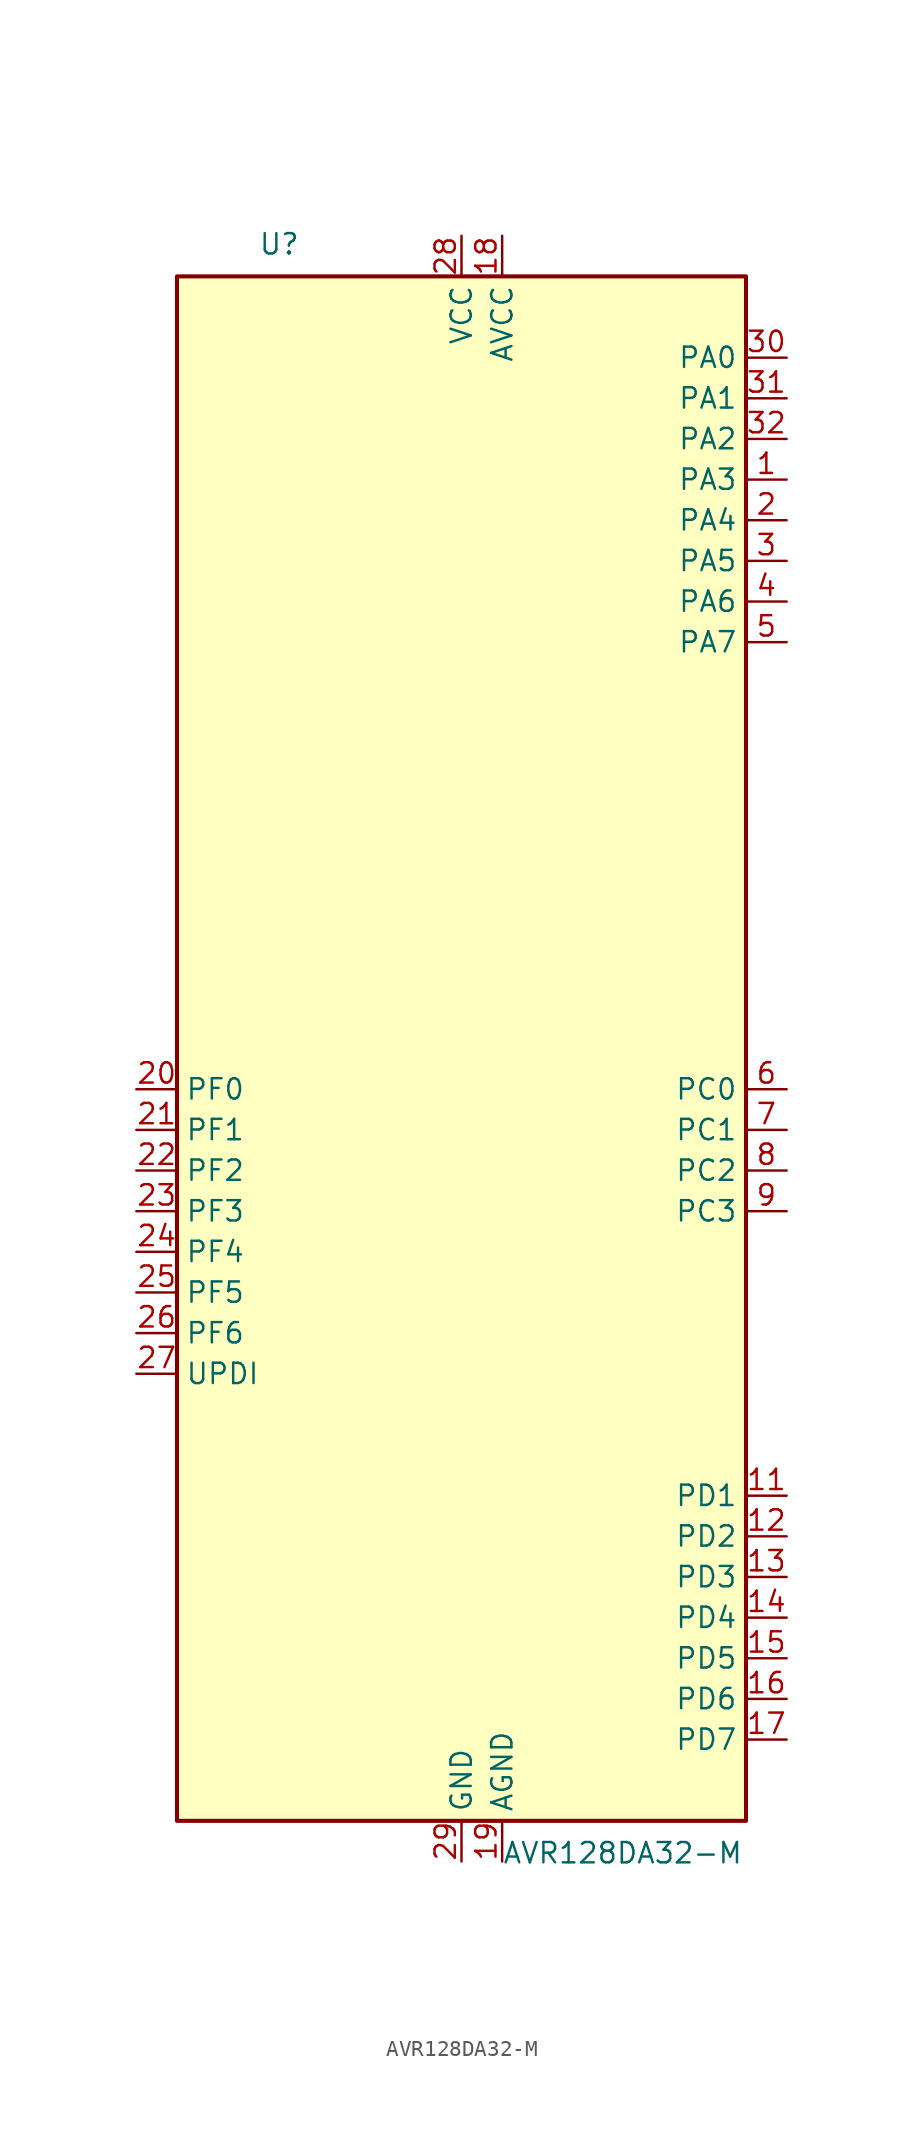
<source format=kicad_sym>
(kicad_symbol_lib
  (version 20211014)
  (generator kicad_symbol_editor)
  (symbol "AVR128DA32-M"
    (property "Reference" "U"
      (at -12.7 49.53 0)
      (effects (font (size 1.27 1.27)) (justify left bottom)))
    (property "Value" "AVR128DA32-M"
      (at 2.54 -49.53 0)
      (effects (font (size 1.27 1.27)) (justify left top)))
    (symbol "AVR128DA32-M_0_1"
      (rectangle (start -17.78 -48.26) (end 17.78 48.26) (stroke (width 0.254) (type default) (color 0 0 0 0)) (fill (type background))))
    (symbol "AVR128DA32-M_1_1"
      (pin bidirectional line (at 20.32 35.56 180) (length 2.54) (name "PA3" (effects (font (size 1.27 1.27)))) (number "1" (effects (font (size 1.27 1.27)))) (alternate "LUT0-OUT" output line) (alternate "TCA0-WO3" output line) (alternate "TCB1-WO" output line) (alternate "TWI0-SCL(MS)" bidirectional line) (alternate "USART0-XDIR" output line) (alternate "X3" output line) (alternate "Y3" bidirectional line))
      (pin power_in line (at 0 50.8 270) (length 2.54) hide (name "VCC" (effects (font (size 1.27 1.27)))) (number "10" (effects (font (size 1.27 1.27)))))
      (pin bidirectional line (at 20.32 -27.94 180) (length 2.54) (name "PD1" (effects (font (size 1.27 1.27)))) (number "11" (effects (font (size 1.27 1.27)))) (alternate "ADC0-AIN1" input line) (alternate "LUT2-IN1" input line) (alternate "TCA0-WO1(3)" output line) (alternate "X17" output line) (alternate "Y17" bidirectional line) (alternate "ZCD0-ZCIN" input line))
      (pin bidirectional line (at 20.32 -30.48 180) (length 2.54) (name "PD2" (effects (font (size 1.27 1.27)))) (number "12" (effects (font (size 1.27 1.27)))) (alternate "AC0-AINP0" input line) (alternate "AC1-AINP0" input line) (alternate "AC2-AINP0" input line) (alternate "ADC0-AIN2" input line) (alternate "EVOUTD" output line) (alternate "LUT2-IN2" input line) (alternate "TCA0-WO2(3)" output line) (alternate "X18" output line) (alternate "Y18" bidirectional line))
      (pin bidirectional line (at 20.32 -33.02 180) (length 2.54) (name "PD3" (effects (font (size 1.27 1.27)))) (number "13" (effects (font (size 1.27 1.27)))) (alternate "AC0-AINN0" input line) (alternate "AC1-AINP1" input line) (alternate "ADC0-AIN3" input line) (alternate "LUT2-OUT" output line) (alternate "TCA0-WO3(3)" output line) (alternate "X19" output line) (alternate "Y19" bidirectional line))
      (pin bidirectional line (at 20.32 -35.56 180) (length 2.54) (name "PD4" (effects (font (size 1.27 1.27)))) (number "14" (effects (font (size 1.27 1.27)))) (alternate "AC1-AINP2" input line) (alternate "AC2-AINP1" input line) (alternate "ADC0-AIN4" input line) (alternate "TCA0-WO4(3)" output line) (alternate "X20" output line) (alternate "Y20" bidirectional line))
      (pin bidirectional line (at 20.32 -38.1 180) (length 2.54) (name "PD5" (effects (font (size 1.27 1.27)))) (number "15" (effects (font (size 1.27 1.27)))) (alternate "AC1-AINN0" input line) (alternate "ADC0-AIN5" input line) (alternate "TCA0-WO5(3)" output line) (alternate "X21" output line) (alternate "Y21" bidirectional line))
      (pin bidirectional line (at 20.32 -40.64 180) (length 2.54) (name "PD6" (effects (font (size 1.27 1.27)))) (number "16" (effects (font (size 1.27 1.27)))) (alternate "AC0-AINP3" input line) (alternate "AC1-AINP3" input line) (alternate "AC2-AINP3" input line) (alternate "ADC0-AIN6" input line) (alternate "DAC0-OUT" output line) (alternate "LUT2-OUT(1)" output line) (alternate "X22" output line) (alternate "Y22" bidirectional line))
      (pin bidirectional line (at 20.32 -43.18 180) (length 2.54) (name "PD7" (effects (font (size 1.27 1.27)))) (number "17" (effects (font (size 1.27 1.27)))) (alternate "AC0-AINN2" input line) (alternate "AC1-AINN2" input line) (alternate "AC2-AINN0/2" input line) (alternate "ADC0-AIN7" input line) (alternate "EVOUTD(1)" output line) (alternate "VREFA" input line) (alternate "X23" output line) (alternate "Y23" bidirectional line))
      (pin power_in line (at 2.54 50.8 270) (length 2.54) (name "AVCC" (effects (font (size 1.27 1.27)))) (number "18" (effects (font (size 1.27 1.27)))))
      (pin power_in line (at 2.54 -50.8 90) (length 2.54) (name "AGND" (effects (font (size 1.27 1.27)))) (number "19" (effects (font (size 1.27 1.27)))))
      (pin bidirectional line (at 20.32 33.02 180) (length 2.54) (name "PA4" (effects (font (size 1.27 1.27)))) (number "2" (effects (font (size 1.27 1.27)))) (alternate "SPI0-MOSI" bidirectional line) (alternate "TCA0-WO4" output line) (alternate "TCD0-WOA" output line) (alternate "USART0-TXD(1)" bidirectional line) (alternate "X4" output line) (alternate "Y4" bidirectional line))
      (pin bidirectional line (at -20.32 -2.54 0) (length 2.54) (name "PF0" (effects (font (size 1.27 1.27)))) (number "20" (effects (font (size 1.27 1.27)))) (alternate "ADC0-AIN16(P)" input line) (alternate "LUT3-IN0" input line) (alternate "TCA0-WO0(5)" output line) (alternate "TCD0-WOA(2)" output line) (alternate "USART2-TXD" bidirectional line) (alternate "X32" output line) (alternate "XTAL32K1" passive line) (alternate "Y32" bidirectional line))
      (pin bidirectional line (at -20.32 -5.08 0) (length 2.54) (name "PF1" (effects (font (size 1.27 1.27)))) (number "21" (effects (font (size 1.27 1.27)))) (alternate "ADC0-AIN17(P)" input line) (alternate "LUT3-IN1" input line) (alternate "TCA0-WO1(5)" output line) (alternate "TCD0-WOB(2)" output line) (alternate "USART2-RXD" input line) (alternate "X33" output line) (alternate "XTAL32K2" passive line) (alternate "Y33" bidirectional line))
      (pin bidirectional line (at -20.32 -7.62 0) (length 2.54) (name "PF2" (effects (font (size 1.27 1.27)))) (number "22" (effects (font (size 1.27 1.27)))) (alternate "ADC0-AIN18(P)" input line) (alternate "EVOUTF" output line) (alternate "LUT3-IN2" input line) (alternate "TCA0-WO2(5)" output line) (alternate "TCD0-WOC(2)" output line) (alternate "TWI1-SDA(MS+)" bidirectional line) (alternate "USART2-XCK" bidirectional line) (alternate "X34" output line) (alternate "Y34" bidirectional line))
      (pin bidirectional line (at -20.32 -10.16 0) (length 2.54) (name "PF3" (effects (font (size 1.27 1.27)))) (number "23" (effects (font (size 1.27 1.27)))) (alternate "ADC0-AIN19(P)" input line) (alternate "LUT3-OUT" output line) (alternate "TCA0-WO3(5)" output line) (alternate "TCD0-WOD(2)" output line) (alternate "TWI1-SCL(MS+)" bidirectional line) (alternate "USART2-XDIR" output line) (alternate "X35" output line) (alternate "Y35" bidirectional line))
      (pin bidirectional line (at -20.32 -12.7 0) (length 2.54) (name "PF4" (effects (font (size 1.27 1.27)))) (number "24" (effects (font (size 1.27 1.27)))) (alternate "ADC0-AIN20(P)" input line) (alternate "TCA0-WO4(5)" output line) (alternate "TCB0-WO(1)" output line) (alternate "USART2-TXD(1)" output line) (alternate "X36" output line) (alternate "Y36" bidirectional line))
      (pin bidirectional line (at -20.32 -15.24 0) (length 2.54) (name "PF5" (effects (font (size 1.27 1.27)))) (number "25" (effects (font (size 1.27 1.27)))) (alternate "ADC0-AIN21(P)" input line) (alternate "TCA0-WO5(5)" output line) (alternate "TCB1-WO(1)" output line) (alternate "USART2-RXD(1)" input line) (alternate "X37" output line) (alternate "Y37" bidirectional line))
      (pin input line (at -20.32 -17.78 0) (length 2.54) (name "PF6" (effects (font (size 1.27 1.27)))) (number "26" (effects (font (size 1.27 1.27)))) (alternate "~{RESET}" input line))
      (pin bidirectional line (at -20.32 -20.32 0) (length 2.54) (name "UPDI" (effects (font (size 1.27 1.27)))) (number "27" (effects (font (size 1.27 1.27)))))
      (pin power_in line (at 0 50.8 270) (length 2.54) (name "VCC" (effects (font (size 1.27 1.27)))) (number "28" (effects (font (size 1.27 1.27)))))
      (pin power_in line (at 0 -50.8 90) (length 2.54) (name "GND" (effects (font (size 1.27 1.27)))) (number "29" (effects (font (size 1.27 1.27)))))
      (pin bidirectional line (at 20.32 30.48 180) (length 2.54) (name "PA5" (effects (font (size 1.27 1.27)))) (number "3" (effects (font (size 1.27 1.27)))) (alternate "SPI0-MISO" bidirectional line) (alternate "TCA0-WO5" output line) (alternate "TCD0-WOB" output line) (alternate "USART0-RXD(1)" input line) (alternate "X5" output line) (alternate "Y5" bidirectional line))
      (pin bidirectional line (at 20.32 43.18 180) (length 2.54) (name "PA0" (effects (font (size 1.27 1.27)))) (number "30" (effects (font (size 1.27 1.27)))) (alternate "EXTCLK" input clock) (alternate "LUT0-IN0" input line) (alternate "TCA0-WO0" output line) (alternate "USART0-TXD" bidirectional line) (alternate "X0" output line) (alternate "Y0" bidirectional line))
      (pin bidirectional line (at 20.32 40.64 180) (length 2.54) (name "PA1" (effects (font (size 1.27 1.27)))) (number "31" (effects (font (size 1.27 1.27)))) (alternate "LUT0-IN1" input line) (alternate "TCA0-WO1" output line) (alternate "USART0-RXD" input line) (alternate "X1" output line) (alternate "Y1" bidirectional line))
      (pin bidirectional line (at 20.32 38.1 180) (length 2.54) (name "PA2" (effects (font (size 1.27 1.27)))) (number "32" (effects (font (size 1.27 1.27)))) (alternate "EVOUTA" output line) (alternate "LUT0-IN2" input line) (alternate "TCA0-WO2" output line) (alternate "TCB0-WO" output line) (alternate "TWI0-SDA(MS)" bidirectional line) (alternate "USART0-XCK" bidirectional line) (alternate "X2" output line) (alternate "Y2" bidirectional line))
      (pin bidirectional line (at 20.32 27.94 180) (length 2.54) (name "PA6" (effects (font (size 1.27 1.27)))) (number "4" (effects (font (size 1.27 1.27)))) (alternate "LUT0-OUT(1)" output line) (alternate "SPI0-SCK" bidirectional line) (alternate "TCD0-WOC" output line) (alternate "USART0-XCK(1)" bidirectional line) (alternate "X6" output line) (alternate "Y6" bidirectional line))
      (pin bidirectional line (at 20.32 25.4 180) (length 2.54) (name "PA7" (effects (font (size 1.27 1.27)))) (number "5" (effects (font (size 1.27 1.27)))) (alternate "AC0-OUT" output line) (alternate "AC1-OUT" output line) (alternate "AC2-OUT" output line) (alternate "CLKOUT" output line) (alternate "EVOUTA(1)" output line) (alternate "SPI0-~{SS}" bidirectional line) (alternate "TCD0-WOD" output line) (alternate "USART0-XDIR(1)" output line) (alternate "X7" output line) (alternate "Y7" bidirectional line) (alternate "ZCD0-OUT" output line) (alternate "ZCD1-OUT" output line) (alternate "ZDC2-OUT" output line))
      (pin bidirectional line (at 20.32 -2.54 180) (length 2.54) (name "PC0" (effects (font (size 1.27 1.27)))) (number "6" (effects (font (size 1.27 1.27)))) (alternate "LUT1-IN0" input line) (alternate "SPI1-MOSI" bidirectional line) (alternate "TCA0-WO0(2)" output line) (alternate "TCB2-WO" output line) (alternate "USART1-TXD" bidirectional line))
      (pin bidirectional line (at 20.32 -5.08 180) (length 2.54) (name "PC1" (effects (font (size 1.27 1.27)))) (number "7" (effects (font (size 1.27 1.27)))) (alternate "LUT1-IN1" input line) (alternate "SPI1-MISO" bidirectional line) (alternate "TCA0-WO1(2)" output line) (alternate "TCB3-WO(1)" output line) (alternate "USART1-RXD" input line))
      (pin bidirectional line (at 20.32 -7.62 180) (length 2.54) (name "PC2" (effects (font (size 1.27 1.27)))) (number "8" (effects (font (size 1.27 1.27)))) (alternate "EVOUTC" output line) (alternate "LUT1-IN2" input line) (alternate "SPI1-SCK" bidirectional line) (alternate "TCA-WO2(2)" output line) (alternate "TWI0-SDA(MS+)(0,2)" bidirectional line) (alternate "USART1-XCK" bidirectional line))
      (pin bidirectional line (at 20.32 -10.16 180) (length 2.54) (name "PC3" (effects (font (size 1.27 1.27)))) (number "9" (effects (font (size 1.27 1.27)))) (alternate "LUT1-OUT" output line) (alternate "SPI1-~{SS}" bidirectional line) (alternate "TCA0-WO3(2)" output line) (alternate "TWI0-SCL(MS)(0,2" bidirectional line) (alternate "USART1-XDIR" output line)))))
</source>
